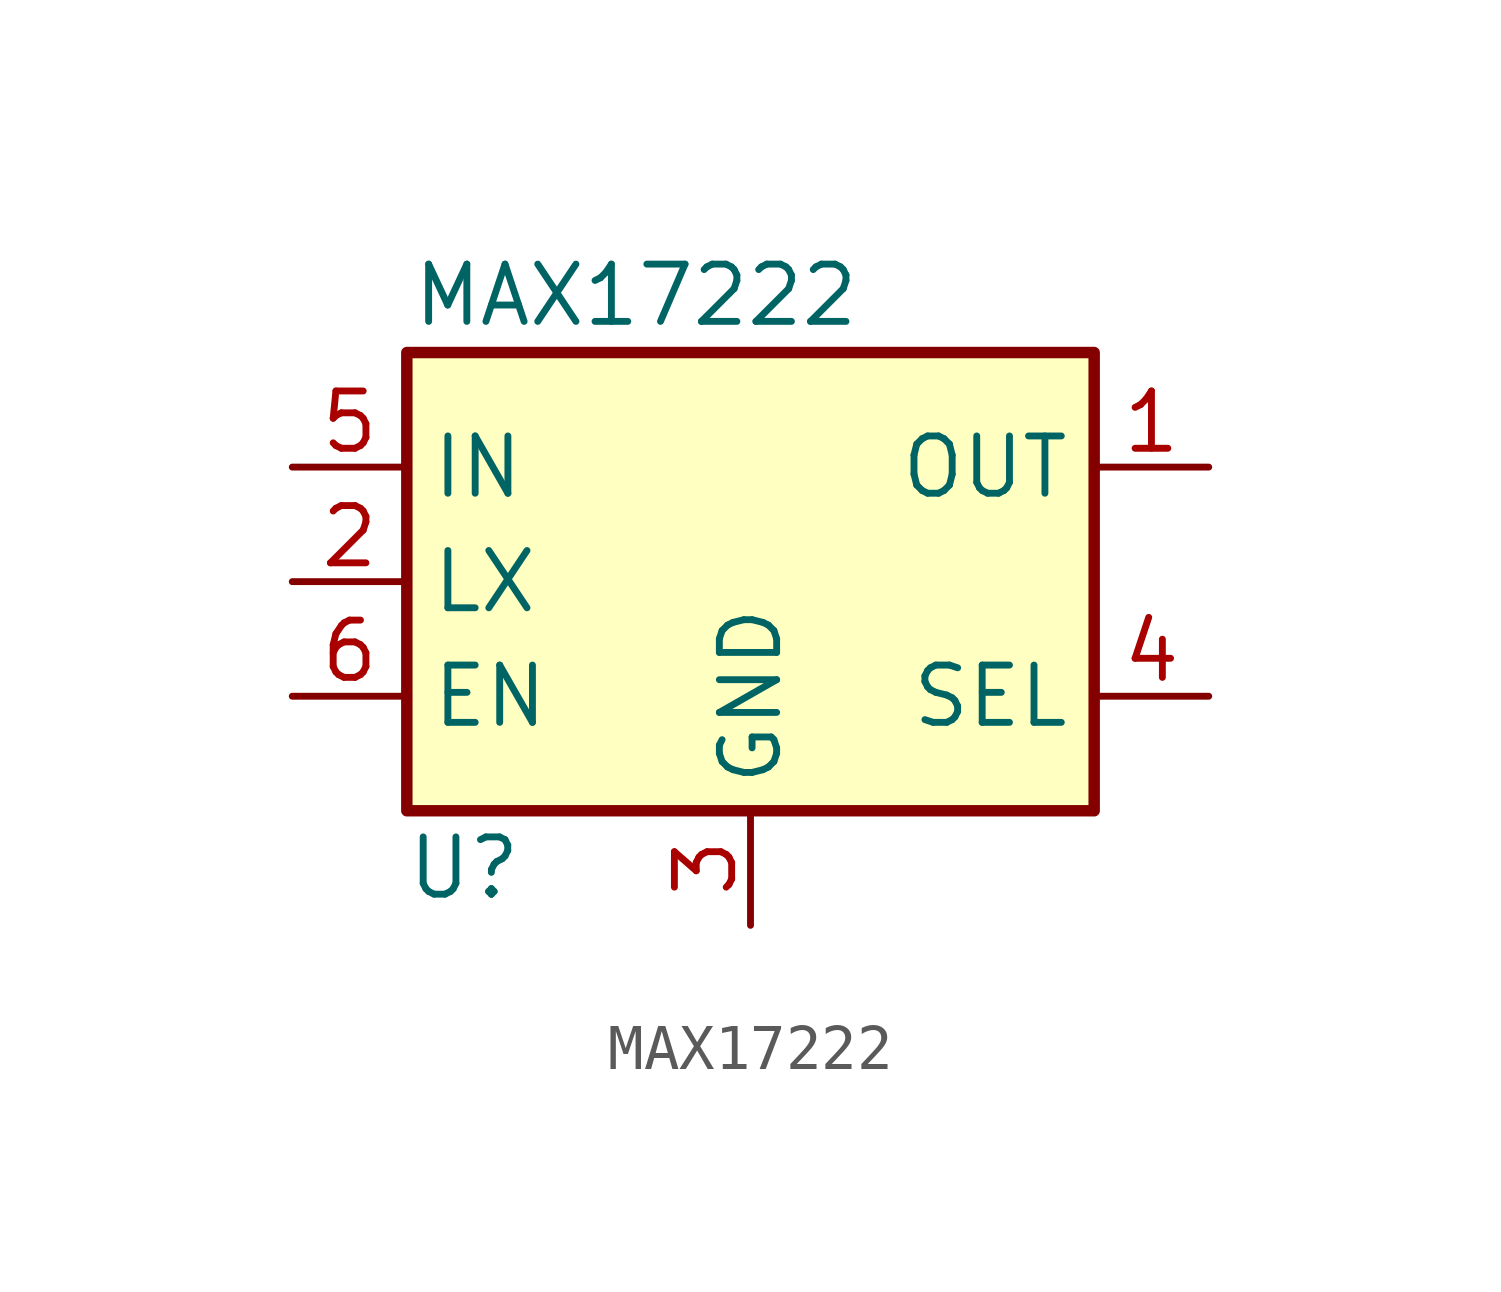
<source format=kicad_sym>
(kicad_symbol_lib
  (version 20231120)
  (generator "kicad_symbol_editor")
  (generator_version "8.0")
  (symbol "MAX17222"
    (property "Reference" "U"
      (at -6.35 -6.35 0)
      (effects (font (size 1.27 1.27))))
    (property "Value" "MAX17222"
      (at -2.54 6.35 0)
      (effects (font (size 1.27 1.27))))
    (symbol "MAX17222_0_1"
      (rectangle (start -7.62 5.08) (end 7.62 -5.08) (stroke (width 0.254) (type default)) (fill (type background))))
    (symbol "MAX17222_1_1"
      (pin power_out line (at 10.16 2.54 180) (length 2.54) (name "OUT" (effects (font (size 1.27 1.27)))) (number "1" (effects (font (size 1.27 1.27)))))
      (pin power_out line (at -10.16 0 0) (length 2.54) (name "LX" (effects (font (size 1.27 1.27)))) (number "2" (effects (font (size 1.27 1.27)))))
      (pin power_in line (at 0 -7.62 90) (length 2.54) (name "GND" (effects (font (size 1.27 1.27)))) (number "3" (effects (font (size 1.27 1.27)))))
      (pin input line (at 10.16 -2.54 180) (length 2.54) (name "SEL" (effects (font (size 1.27 1.27)))) (number "4" (effects (font (size 1.27 1.27)))))
      (pin power_in line (at -10.16 2.54 0) (length 2.54) (name "IN" (effects (font (size 1.27 1.27)))) (number "5" (effects (font (size 1.27 1.27)))))
      (pin input line (at -10.16 -2.54 0) (length 2.54) (name "EN" (effects (font (size 1.27 1.27)))) (number "6" (effects (font (size 1.27 1.27))))))))
</source>
